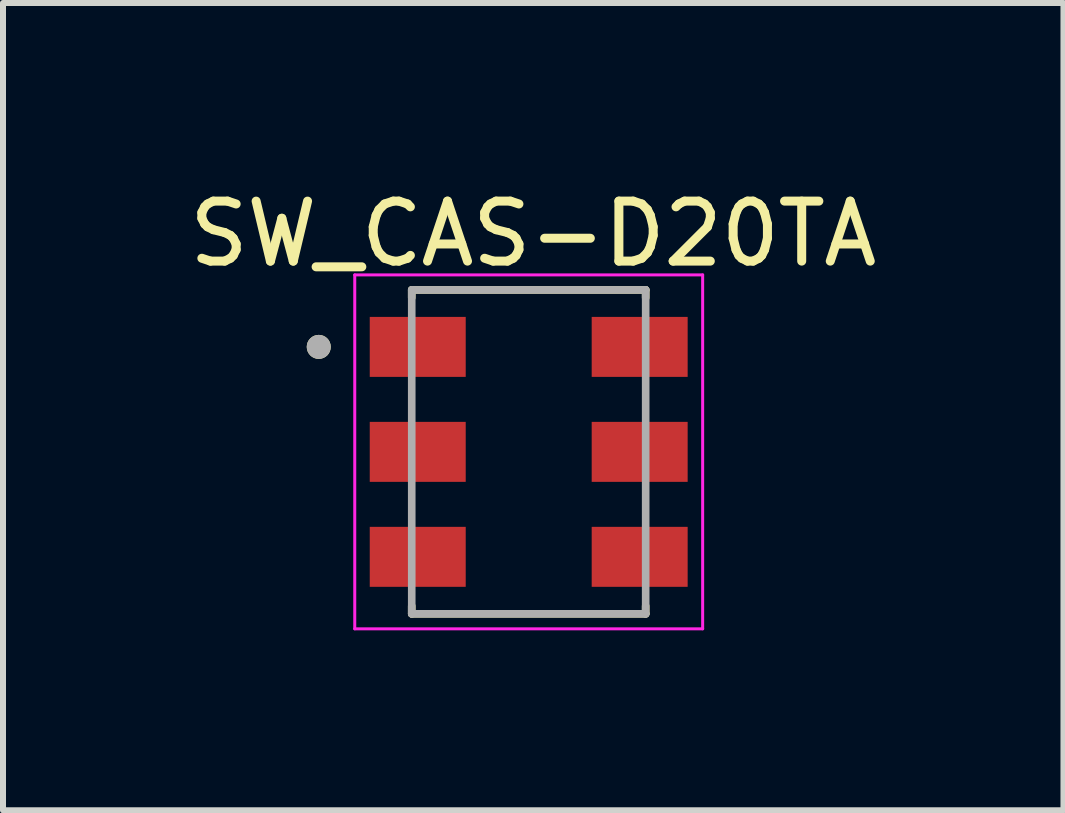
<source format=kicad_pcb>
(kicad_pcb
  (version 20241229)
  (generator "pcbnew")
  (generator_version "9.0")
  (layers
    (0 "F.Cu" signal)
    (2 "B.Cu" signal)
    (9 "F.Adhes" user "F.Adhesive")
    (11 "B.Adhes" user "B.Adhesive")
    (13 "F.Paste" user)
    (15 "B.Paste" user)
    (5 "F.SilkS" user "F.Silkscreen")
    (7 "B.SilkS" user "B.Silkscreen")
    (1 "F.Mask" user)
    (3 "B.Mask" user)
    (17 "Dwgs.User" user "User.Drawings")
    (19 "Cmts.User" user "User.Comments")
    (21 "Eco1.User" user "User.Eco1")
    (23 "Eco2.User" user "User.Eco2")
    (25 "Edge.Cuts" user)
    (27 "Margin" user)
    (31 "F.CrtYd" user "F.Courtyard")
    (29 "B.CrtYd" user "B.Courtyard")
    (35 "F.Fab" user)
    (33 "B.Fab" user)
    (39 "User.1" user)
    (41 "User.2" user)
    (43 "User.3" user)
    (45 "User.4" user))
  (footprint "SW_CAS-D20TA"
    (layer "F.Cu")
    (at 5.764 4.483)
    (property "Reference" "SW_CAS-D20TA" (at 0.075 -3.635 0) (layer "F.SilkS") (effects (font (size 1 1) (thickness 0.15))))
    (attr through_hole)
    (fp_line (start -1.95 -2.57) (end -1.95 -2.7) (stroke (width 0.127) (type solid)) (layer "F.SilkS"))
    (fp_line (start -1.95 2.57) (end -1.95 2.7) (stroke (width 0.127) (type solid)) (layer "F.SilkS"))
    (fp_line (start -1.95 2.7) (end 1.95 2.7) (stroke (width 0.127) (type solid)) (layer "F.SilkS"))
    (fp_line (start 1.95 -2.7) (end -1.95 -2.7) (stroke (width 0.127) (type solid)) (layer "F.SilkS"))
    (fp_line (start 1.95 -2.57) (end 1.95 -2.7) (stroke (width 0.127) (type solid)) (layer "F.SilkS"))
    (fp_line (start 1.95 2.57) (end 1.95 2.7) (stroke (width 0.127) (type solid)) (layer "F.SilkS"))
    (fp_circle (center -3.5 -1.75) (end -3.4 -1.75) (stroke (width 0.2) (type solid)) (fill no) (layer "F.SilkS"))
    (fp_line (start -2.9 -2.95) (end -2.9 2.95) (stroke (width 0.05) (type solid)) (layer "F.CrtYd"))
    (fp_line (start -2.9 2.95) (end 2.9 2.95) (stroke (width 0.05) (type solid)) (layer "F.CrtYd"))
    (fp_line (start 2.9 -2.95) (end -2.9 -2.95) (stroke (width 0.05) (type solid)) (layer "F.CrtYd"))
    (fp_line (start 2.9 2.95) (end 2.9 -2.95) (stroke (width 0.05) (type solid)) (layer "F.CrtYd"))
    (fp_line (start -1.95 -2.7) (end -1.95 2.7) (stroke (width 0.127) (type solid)) (layer "F.Fab"))
    (fp_line (start -1.95 2.7) (end 1.95 2.7) (stroke (width 0.127) (type solid)) (layer "F.Fab"))
    (fp_line (start 1.95 -2.7) (end -1.95 -2.7) (stroke (width 0.127) (type solid)) (layer "F.Fab"))
    (fp_line (start 1.95 2.7) (end 1.95 -2.7) (stroke (width 0.127) (type solid)) (layer "F.Fab"))
    (fp_circle (center -3.5 -1.75) (end -3.4 -1.75) (stroke (width 0.2) (type solid)) (fill no) (layer "F.Fab"))
    (pad "1" smd rect (at -1.85 -1.75) (size 1.6 1) (layers "F.Cu" "F.Mask" "F.Paste"))
    (pad "2" smd rect (at -1.85 0) (size 1.6 1) (layers "F.Cu" "F.Mask" "F.Paste"))
    (pad "3" smd rect (at -1.85 1.75) (size 1.6 1) (layers "F.Cu" "F.Mask" "F.Paste"))
    (pad "4" smd rect (at 1.85 -1.75) (size 1.6 1) (layers "F.Cu" "F.Mask" "F.Paste"))
    (pad "5" smd rect (at 1.85 0) (size 1.6 1) (layers "F.Cu" "F.Mask" "F.Paste"))
    (pad "6" smd rect (at 1.85 1.75) (size 1.6 1) (layers "F.Cu" "F.Mask" "F.Paste")))
  (gr_rect
    (start -3 -3)
    (end 14.679 10.458)
    (stroke (width 0.1) (type default))
    (fill no)
    (layer "Edge.Cuts")))
</source>
